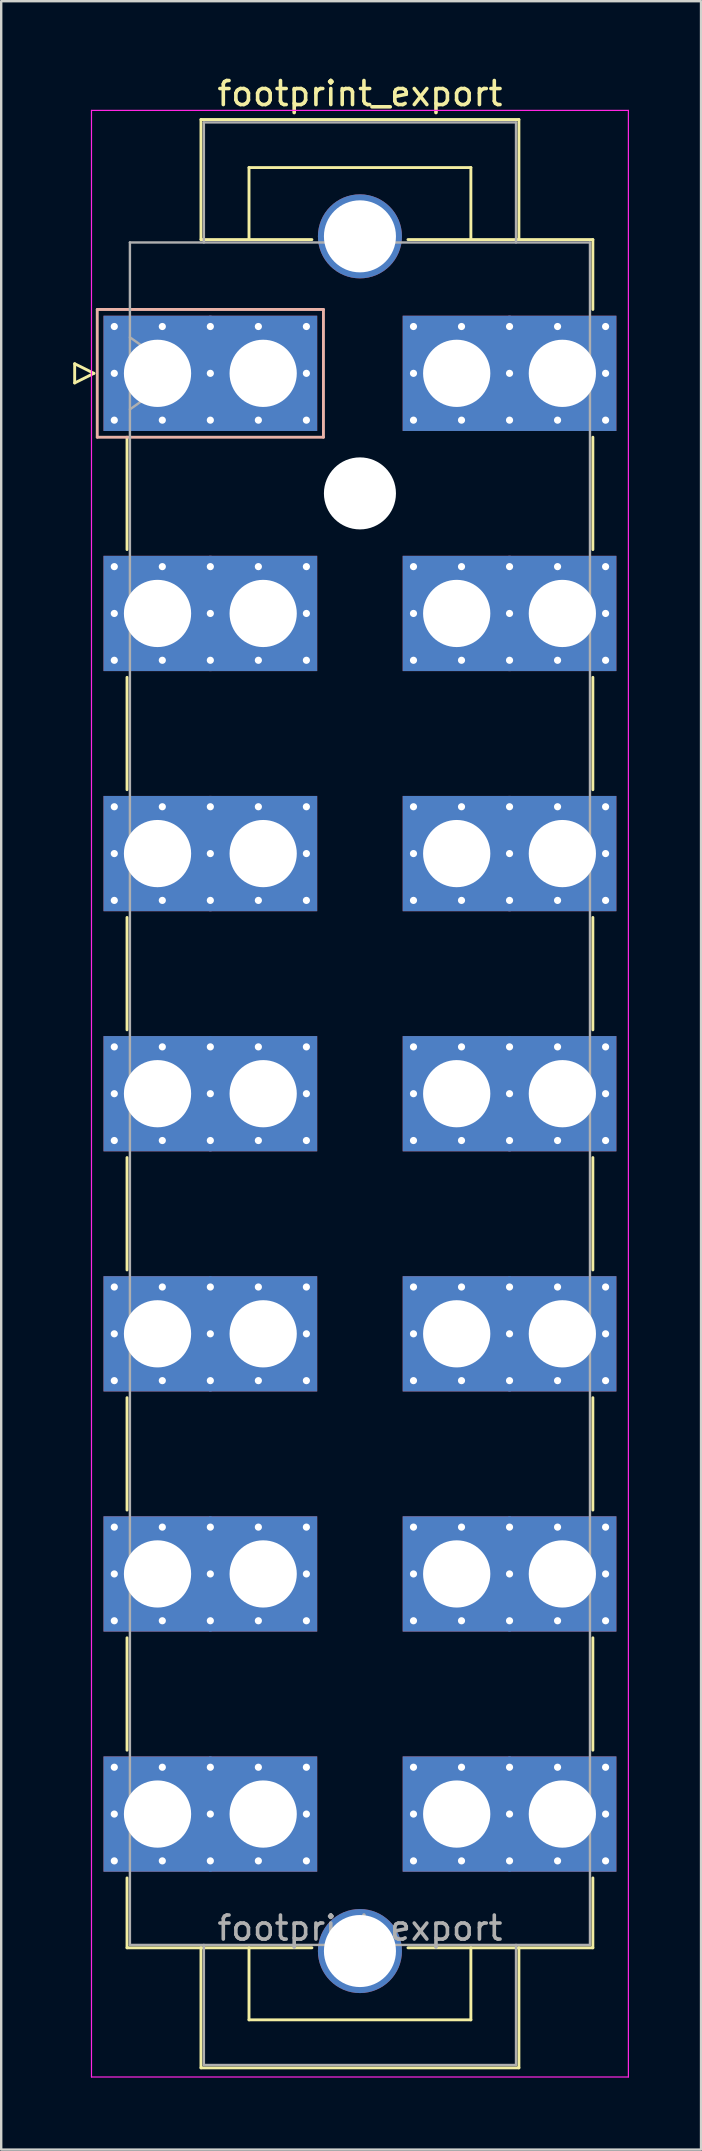
<source format=kicad_pcb>
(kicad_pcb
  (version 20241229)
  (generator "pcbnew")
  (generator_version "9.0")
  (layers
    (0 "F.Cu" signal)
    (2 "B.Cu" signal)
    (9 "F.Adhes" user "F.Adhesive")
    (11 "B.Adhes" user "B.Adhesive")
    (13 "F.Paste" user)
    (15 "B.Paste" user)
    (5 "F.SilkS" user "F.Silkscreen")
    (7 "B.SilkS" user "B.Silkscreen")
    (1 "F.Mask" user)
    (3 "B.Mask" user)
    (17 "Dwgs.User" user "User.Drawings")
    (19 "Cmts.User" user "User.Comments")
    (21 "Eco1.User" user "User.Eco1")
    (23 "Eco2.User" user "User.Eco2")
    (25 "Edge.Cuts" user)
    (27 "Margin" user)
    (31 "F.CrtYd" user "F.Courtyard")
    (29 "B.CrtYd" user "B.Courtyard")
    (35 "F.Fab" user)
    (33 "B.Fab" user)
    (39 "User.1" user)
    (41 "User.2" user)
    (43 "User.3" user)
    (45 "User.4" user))
  (footprint "footprint_export"
    (layer "F.Cu")
    (at 3.51 12.498)
    (property "Reference" "footprint_export" (at 8.43 -11.65 0) (layer "F.SilkS") (effects (font (size 1 1) (thickness 0.15))))
    (attr through_hole)
    (fp_line (start -3.45 -0.4) (end -3.45 0.4) (stroke (width 0.12) (type solid)) (layer "F.SilkS"))
    (fp_line (start -3.45 0.4) (end -2.65 0) (stroke (width 0.12) (type solid)) (layer "F.SilkS"))
    (fp_line (start -2.65 0) (end -3.45 -0.4) (stroke (width 0.12) (type solid)) (layer "F.SilkS"))
    (fp_line (start -1.27 2.66) (end -1.27 7.34) (stroke (width 0.12) (type solid)) (layer "F.SilkS"))
    (fp_line (start -1.27 12.66) (end -1.27 17.34) (stroke (width 0.12) (type solid)) (layer "F.SilkS"))
    (fp_line (start -1.27 22.66) (end -1.27 27.34) (stroke (width 0.12) (type solid)) (layer "F.SilkS"))
    (fp_line (start -1.27 32.66) (end -1.27 37.34) (stroke (width 0.12) (type solid)) (layer "F.SilkS"))
    (fp_line (start -1.27 42.66) (end -1.27 47.34) (stroke (width 0.12) (type solid)) (layer "F.SilkS"))
    (fp_line (start -1.27 52.66) (end -1.27 57.34) (stroke (width 0.12) (type solid)) (layer "F.SilkS"))
    (fp_line (start -1.27 62.66) (end -1.27 65.57) (stroke (width 0.12) (type solid)) (layer "F.SilkS"))
    (fp_line (start -1.27 65.57) (end 6.43 65.57) (stroke (width 0.12) (type solid)) (layer "F.SilkS"))
    (fp_line (start 1.81 -10.57) (end 15.05 -10.57) (stroke (width 0.12) (type solid)) (layer "F.SilkS"))
    (fp_line (start 1.81 -5.57) (end 1.81 -10.57) (stroke (width 0.12) (type solid)) (layer "F.SilkS"))
    (fp_line (start 1.81 65.57) (end 1.81 70.57) (stroke (width 0.12) (type solid)) (layer "F.SilkS"))
    (fp_line (start 1.81 70.57) (end 15.05 70.57) (stroke (width 0.12) (type solid)) (layer "F.SilkS"))
    (fp_line (start 3.81 -8.57) (end 13.05 -8.57) (stroke (width 0.12) (type solid)) (layer "F.SilkS"))
    (fp_line (start 3.81 -5.57) (end 3.81 -8.57) (stroke (width 0.12) (type solid)) (layer "F.SilkS"))
    (fp_line (start 3.81 65.57) (end 3.81 68.57) (stroke (width 0.12) (type solid)) (layer "F.SilkS"))
    (fp_line (start 3.81 68.57) (end 13.05 68.57) (stroke (width 0.12) (type solid)) (layer "F.SilkS"))
    (fp_line (start 6.43 -5.57) (end 1.81 -5.57) (stroke (width 0.12) (type solid)) (layer "F.SilkS"))
    (fp_line (start 13.05 -8.57) (end 13.05 -5.57) (stroke (width 0.12) (type solid)) (layer "F.SilkS"))
    (fp_line (start 13.05 68.57) (end 13.05 65.57) (stroke (width 0.12) (type solid)) (layer "F.SilkS"))
    (fp_line (start 15.05 -10.57) (end 15.05 -5.57) (stroke (width 0.12) (type solid)) (layer "F.SilkS"))
    (fp_line (start 15.05 70.57) (end 15.05 65.57) (stroke (width 0.12) (type solid)) (layer "F.SilkS"))
    (fp_line (start 18.13 -5.57) (end 10.43 -5.57) (stroke (width 0.12) (type solid)) (layer "F.SilkS"))
    (fp_line (start 18.13 -2.66) (end 18.13 -5.57) (stroke (width 0.12) (type solid)) (layer "F.SilkS"))
    (fp_line (start 18.13 2.66) (end 18.13 7.34) (stroke (width 0.12) (type solid)) (layer "F.SilkS"))
    (fp_line (start 18.13 12.66) (end 18.13 17.34) (stroke (width 0.12) (type solid)) (layer "F.SilkS"))
    (fp_line (start 18.13 22.66) (end 18.13 27.34) (stroke (width 0.12) (type solid)) (layer "F.SilkS"))
    (fp_line (start 18.13 32.66) (end 18.13 37.34) (stroke (width 0.12) (type solid)) (layer "F.SilkS"))
    (fp_line (start 18.13 42.66) (end 18.13 47.34) (stroke (width 0.12) (type solid)) (layer "F.SilkS"))
    (fp_line (start 18.13 52.66) (end 18.13 57.34) (stroke (width 0.12) (type solid)) (layer "F.SilkS"))
    (fp_line (start 18.13 62.66) (end 18.13 65.57) (stroke (width 0.12) (type solid)) (layer "F.SilkS"))
    (fp_line (start 18.13 65.57) (end 10.43 65.57) (stroke (width 0.12) (type solid)) (layer "F.SilkS"))
    (fp_line (start -2.51 -2.66) (end -2.51 2.66) (stroke (width 0.12) (type solid)) (layer "B.SilkS"))
    (fp_line (start -2.51 2.66) (end 6.91 2.66) (stroke (width 0.12) (type solid)) (layer "B.SilkS"))
    (fp_line (start 6.91 -2.66) (end -2.51 -2.66) (stroke (width 0.12) (type solid)) (layer "B.SilkS"))
    (fp_line (start 6.91 2.66) (end 6.91 -2.66) (stroke (width 0.12) (type solid)) (layer "B.SilkS"))
    (fp_line (start -2.75 -10.95) (end -2.75 70.95) (stroke (width 0.05) (type solid)) (layer "F.CrtYd"))
    (fp_line (start -2.75 70.95) (end 19.61 70.95) (stroke (width 0.05) (type solid)) (layer "F.CrtYd"))
    (fp_line (start 19.61 -10.95) (end -2.75 -10.95) (stroke (width 0.05) (type solid)) (layer "F.CrtYd"))
    (fp_line (start 19.61 70.95) (end 19.61 -10.95) (stroke (width 0.05) (type solid)) (layer "F.CrtYd"))
    (fp_line (start -1.15 -5.45) (end -1.15 65.45) (stroke (width 0.1) (type solid)) (layer "F.Fab"))
    (fp_line (start -1.15 -1.5) (end 0.971 0) (stroke (width 0.1) (type solid)) (layer "F.Fab"))
    (fp_line (start -1.15 65.45) (end 18.01 65.45) (stroke (width 0.1) (type solid)) (layer "F.Fab"))
    (fp_line (start 0.971 0) (end -1.15 1.5) (stroke (width 0.1) (type solid)) (layer "F.Fab"))
    (fp_line (start 1.93 -10.45) (end 14.93 -10.45) (stroke (width 0.1) (type solid)) (layer "F.Fab"))
    (fp_line (start 1.93 -5.45) (end 1.93 -10.45) (stroke (width 0.1) (type solid)) (layer "F.Fab"))
    (fp_line (start 1.93 65.45) (end 1.93 70.45) (stroke (width 0.1) (type solid)) (layer "F.Fab"))
    (fp_line (start 1.93 70.45) (end 14.93 70.45) (stroke (width 0.1) (type solid)) (layer "F.Fab"))
    (fp_line (start 14.93 -10.45) (end 14.93 -5.45) (stroke (width 0.1) (type solid)) (layer "F.Fab"))
    (fp_line (start 14.93 70.45) (end 14.93 65.45) (stroke (width 0.1) (type solid)) (layer "F.Fab"))
    (fp_line (start 18.01 -5.45) (end -1.15 -5.45) (stroke (width 0.1) (type solid)) (layer "F.Fab"))
    (fp_line (start 18.01 65.45) (end 18.01 -5.45) (stroke (width 0.1) (type solid)) (layer "F.Fab"))
    (fp_text user "${REFERENCE}" (at 8.43 64.75 0) (layer "F.Fab") (effects (font (size 1 1) (thickness 0.15))))
    (pad "" thru_hole circle (at 8.43 -5.705) (size 3.5 3.5) (drill 3) (layers "*.Cu" "*.Mask"))
    (pad "" np_thru_hole circle (at 8.43 5) (size 3 3) (drill 3) (layers "*.Cu" "*.Mask"))
    (pad "" thru_hole circle (at 8.43 65.705) (size 3.5 3.5) (drill 3) (layers "*.Cu" "*.Mask"))
    (pad "1" thru_hole roundrect (at -1.8 -1.95) (size 0.6 0.6) (drill 0.3) (layers "*.Cu" "*.Mask") (roundrect_rratio 0.25))
    (pad "1" thru_hole roundrect (at -1.8 0) (size 0.6 0.6) (drill 0.3) (layers "*.Cu" "*.Mask") (roundrect_rratio 0.25))
    (pad "1" thru_hole roundrect (at -1.8 1.95) (size 0.6 0.6) (drill 0.3) (layers "*.Cu" "*.Mask") (roundrect_rratio 0.25))
    (pad "1" thru_hole rect (at 0 0) (size 4.5 4.8) (drill 2.8) (layers "*.Cu" "*.Mask"))
    (pad "1" thru_hole roundrect (at 0.2 -1.95) (size 0.6 0.6) (drill 0.3) (layers "*.Cu" "*.Mask") (roundrect_rratio 0.25))
    (pad "1" thru_hole roundrect (at 0.2 1.95) (size 0.6 0.6) (drill 0.3) (layers "*.Cu" "*.Mask") (roundrect_rratio 0.25))
    (pad "1" thru_hole roundrect (at 2.2 -1.95) (size 0.6 0.6) (drill 0.3) (layers "*.Cu" "*.Mask") (roundrect_rratio 0.25))
    (pad "1" thru_hole roundrect (at 2.2 0) (size 0.6 0.6) (drill 0.3) (layers "*.Cu" "*.Mask") (roundrect_rratio 0.25))
    (pad "1" thru_hole roundrect (at 2.2 1.95) (size 0.6 0.6) (drill 0.3) (layers "*.Cu" "*.Mask") (roundrect_rratio 0.25))
    (pad "1" thru_hole roundrect (at 4.2 -1.95) (size 0.6 0.6) (drill 0.3) (layers "*.Cu" "*.Mask") (roundrect_rratio 0.25))
    (pad "1" thru_hole roundrect (at 4.2 1.95) (size 0.6 0.6) (drill 0.3) (layers "*.Cu" "*.Mask") (roundrect_rratio 0.25))
    (pad "1" thru_hole rect (at 4.4 0) (size 4.5 4.8) (drill 2.8) (layers "*.Cu" "*.Mask"))
    (pad "1" thru_hole roundrect (at 6.2 -1.95) (size 0.6 0.6) (drill 0.3) (layers "*.Cu" "*.Mask") (roundrect_rratio 0.25))
    (pad "1" thru_hole roundrect (at 6.2 0) (size 0.6 0.6) (drill 0.3) (layers "*.Cu" "*.Mask") (roundrect_rratio 0.25))
    (pad "1" thru_hole roundrect (at 6.2 1.95) (size 0.6 0.6) (drill 0.3) (layers "*.Cu" "*.Mask") (roundrect_rratio 0.25))
    (pad "2" thru_hole circle (at -1.8 8.05) (size 0.6 0.6) (drill 0.3) (layers "*.Cu" "*.Mask"))
    (pad "2" thru_hole circle (at -1.8 10) (size 0.6 0.6) (drill 0.3) (layers "*.Cu" "*.Mask"))
    (pad "2" thru_hole circle (at -1.8 11.95) (size 0.6 0.6) (drill 0.3) (layers "*.Cu" "*.Mask"))
    (pad "2" thru_hole rect (at 0 10) (size 4.5 4.8) (drill 2.8) (layers "*.Cu" "*.Mask"))
    (pad "2" thru_hole circle (at 0.2 8.05) (size 0.6 0.6) (drill 0.3) (layers "*.Cu" "*.Mask"))
    (pad "2" thru_hole circle (at 0.2 11.95) (size 0.6 0.6) (drill 0.3) (layers "*.Cu" "*.Mask"))
    (pad "2" thru_hole circle (at 2.2 8.05) (size 0.6 0.6) (drill 0.3) (layers "*.Cu" "*.Mask"))
    (pad "2" thru_hole circle (at 2.2 10) (size 0.6 0.6) (drill 0.3) (layers "*.Cu" "*.Mask"))
    (pad "2" thru_hole circle (at 2.2 11.95) (size 0.6 0.6) (drill 0.3) (layers "*.Cu" "*.Mask"))
    (pad "2" thru_hole circle (at 4.2 8.05) (size 0.6 0.6) (drill 0.3) (layers "*.Cu" "*.Mask"))
    (pad "2" thru_hole circle (at 4.2 11.95) (size 0.6 0.6) (drill 0.3) (layers "*.Cu" "*.Mask"))
    (pad "2" thru_hole rect (at 4.4 10) (size 4.5 4.8) (drill 2.8) (layers "*.Cu" "*.Mask"))
    (pad "2" thru_hole circle (at 6.2 8.05) (size 0.6 0.6) (drill 0.3) (layers "*.Cu" "*.Mask"))
    (pad "2" thru_hole circle (at 6.2 10) (size 0.6 0.6) (drill 0.3) (layers "*.Cu" "*.Mask"))
    (pad "2" thru_hole circle (at 6.2 11.95) (size 0.6 0.6) (drill 0.3) (layers "*.Cu" "*.Mask"))
    (pad "3" thru_hole circle (at -1.8 18.05) (size 0.6 0.6) (drill 0.3) (layers "*.Cu" "*.Mask"))
    (pad "3" thru_hole circle (at -1.8 20) (size 0.6 0.6) (drill 0.3) (layers "*.Cu" "*.Mask"))
    (pad "3" thru_hole circle (at -1.8 21.95) (size 0.6 0.6) (drill 0.3) (layers "*.Cu" "*.Mask"))
    (pad "3" thru_hole rect (at 0 20) (size 4.5 4.8) (drill 2.8) (layers "*.Cu" "*.Mask"))
    (pad "3" thru_hole circle (at 0.2 18.05) (size 0.6 0.6) (drill 0.3) (layers "*.Cu" "*.Mask"))
    (pad "3" thru_hole circle (at 0.2 21.95) (size 0.6 0.6) (drill 0.3) (layers "*.Cu" "*.Mask"))
    (pad "3" thru_hole circle (at 2.2 18.05) (size 0.6 0.6) (drill 0.3) (layers "*.Cu" "*.Mask"))
    (pad "3" thru_hole circle (at 2.2 20) (size 0.6 0.6) (drill 0.3) (layers "*.Cu" "*.Mask"))
    (pad "3" thru_hole circle (at 2.2 21.95) (size 0.6 0.6) (drill 0.3) (layers "*.Cu" "*.Mask"))
    (pad "3" thru_hole circle (at 4.2 18.05) (size 0.6 0.6) (drill 0.3) (layers "*.Cu" "*.Mask"))
    (pad "3" thru_hole circle (at 4.2 21.95) (size 0.6 0.6) (drill 0.3) (layers "*.Cu" "*.Mask"))
    (pad "3" thru_hole rect (at 4.4 20) (size 4.5 4.8) (drill 2.8) (layers "*.Cu" "*.Mask"))
    (pad "3" thru_hole circle (at 6.2 18.05) (size 0.6 0.6) (drill 0.3) (layers "*.Cu" "*.Mask"))
    (pad "3" thru_hole circle (at 6.2 20) (size 0.6 0.6) (drill 0.3) (layers "*.Cu" "*.Mask"))
    (pad "3" thru_hole circle (at 6.2 21.95) (size 0.6 0.6) (drill 0.3) (layers "*.Cu" "*.Mask"))
    (pad "4" thru_hole circle (at -1.8 28.05) (size 0.6 0.6) (drill 0.3) (layers "*.Cu" "*.Mask"))
    (pad "4" thru_hole circle (at -1.8 30) (size 0.6 0.6) (drill 0.3) (layers "*.Cu" "*.Mask"))
    (pad "4" thru_hole circle (at -1.8 31.95) (size 0.6 0.6) (drill 0.3) (layers "*.Cu" "*.Mask"))
    (pad "4" thru_hole rect (at 0 30) (size 4.5 4.8) (drill 2.8) (layers "*.Cu" "*.Mask"))
    (pad "4" thru_hole circle (at 0.2 28.05) (size 0.6 0.6) (drill 0.3) (layers "*.Cu" "*.Mask"))
    (pad "4" thru_hole circle (at 0.2 31.95) (size 0.6 0.6) (drill 0.3) (layers "*.Cu" "*.Mask"))
    (pad "4" thru_hole circle (at 2.2 28.05) (size 0.6 0.6) (drill 0.3) (layers "*.Cu" "*.Mask"))
    (pad "4" thru_hole circle (at 2.2 30) (size 0.6 0.6) (drill 0.3) (layers "*.Cu" "*.Mask"))
    (pad "4" thru_hole circle (at 2.2 31.95) (size 0.6 0.6) (drill 0.3) (layers "*.Cu" "*.Mask"))
    (pad "4" thru_hole circle (at 4.2 28.05) (size 0.6 0.6) (drill 0.3) (layers "*.Cu" "*.Mask"))
    (pad "4" thru_hole circle (at 4.2 31.95) (size 0.6 0.6) (drill 0.3) (layers "*.Cu" "*.Mask"))
    (pad "4" thru_hole rect (at 4.4 30) (size 4.5 4.8) (drill 2.8) (layers "*.Cu" "*.Mask"))
    (pad "4" thru_hole circle (at 6.2 28.05) (size 0.6 0.6) (drill 0.3) (layers "*.Cu" "*.Mask"))
    (pad "4" thru_hole circle (at 6.2 30) (size 0.6 0.6) (drill 0.3) (layers "*.Cu" "*.Mask"))
    (pad "4" thru_hole circle (at 6.2 31.95) (size 0.6 0.6) (drill 0.3) (layers "*.Cu" "*.Mask"))
    (pad "5" thru_hole circle (at -1.8 38.05) (size 0.6 0.6) (drill 0.3) (layers "*.Cu" "*.Mask"))
    (pad "5" thru_hole circle (at -1.8 40) (size 0.6 0.6) (drill 0.3) (layers "*.Cu" "*.Mask"))
    (pad "5" thru_hole circle (at -1.8 41.95) (size 0.6 0.6) (drill 0.3) (layers "*.Cu" "*.Mask"))
    (pad "5" thru_hole rect (at 0 40) (size 4.5 4.8) (drill 2.8) (layers "*.Cu" "*.Mask"))
    (pad "5" thru_hole circle (at 0.2 38.05) (size 0.6 0.6) (drill 0.3) (layers "*.Cu" "*.Mask"))
    (pad "5" thru_hole circle (at 0.2 41.95) (size 0.6 0.6) (drill 0.3) (layers "*.Cu" "*.Mask"))
    (pad "5" thru_hole circle (at 2.2 38.05) (size 0.6 0.6) (drill 0.3) (layers "*.Cu" "*.Mask"))
    (pad "5" thru_hole circle (at 2.2 40) (size 0.6 0.6) (drill 0.3) (layers "*.Cu" "*.Mask"))
    (pad "5" thru_hole circle (at 2.2 41.95) (size 0.6 0.6) (drill 0.3) (layers "*.Cu" "*.Mask"))
    (pad "5" thru_hole circle (at 4.2 38.05) (size 0.6 0.6) (drill 0.3) (layers "*.Cu" "*.Mask"))
    (pad "5" thru_hole circle (at 4.2 41.95) (size 0.6 0.6) (drill 0.3) (layers "*.Cu" "*.Mask"))
    (pad "5" thru_hole rect (at 4.4 40) (size 4.5 4.8) (drill 2.8) (layers "*.Cu" "*.Mask"))
    (pad "5" thru_hole circle (at 6.2 38.05) (size 0.6 0.6) (drill 0.3) (layers "*.Cu" "*.Mask"))
    (pad "5" thru_hole circle (at 6.2 40) (size 0.6 0.6) (drill 0.3) (layers "*.Cu" "*.Mask"))
    (pad "5" thru_hole circle (at 6.2 41.95) (size 0.6 0.6) (drill 0.3) (layers "*.Cu" "*.Mask"))
    (pad "6" thru_hole circle (at -1.8 48.05) (size 0.6 0.6) (drill 0.3) (layers "*.Cu" "*.Mask"))
    (pad "6" thru_hole circle (at -1.8 50) (size 0.6 0.6) (drill 0.3) (layers "*.Cu" "*.Mask"))
    (pad "6" thru_hole circle (at -1.8 51.95) (size 0.6 0.6) (drill 0.3) (layers "*.Cu" "*.Mask"))
    (pad "6" thru_hole rect (at 0 50) (size 4.5 4.8) (drill 2.8) (layers "*.Cu" "*.Mask"))
    (pad "6" thru_hole circle (at 0.2 48.05) (size 0.6 0.6) (drill 0.3) (layers "*.Cu" "*.Mask"))
    (pad "6" thru_hole circle (at 0.2 51.95) (size 0.6 0.6) (drill 0.3) (layers "*.Cu" "*.Mask"))
    (pad "6" thru_hole circle (at 2.2 48.05) (size 0.6 0.6) (drill 0.3) (layers "*.Cu" "*.Mask"))
    (pad "6" thru_hole circle (at 2.2 50) (size 0.6 0.6) (drill 0.3) (layers "*.Cu" "*.Mask"))
    (pad "6" thru_hole circle (at 2.2 51.95) (size 0.6 0.6) (drill 0.3) (layers "*.Cu" "*.Mask"))
    (pad "6" thru_hole circle (at 4.2 48.05) (size 0.6 0.6) (drill 0.3) (layers "*.Cu" "*.Mask"))
    (pad "6" thru_hole circle (at 4.2 51.95) (size 0.6 0.6) (drill 0.3) (layers "*.Cu" "*.Mask"))
    (pad "6" thru_hole rect (at 4.4 50) (size 4.5 4.8) (drill 2.8) (layers "*.Cu" "*.Mask"))
    (pad "6" thru_hole circle (at 6.2 48.05) (size 0.6 0.6) (drill 0.3) (layers "*.Cu" "*.Mask"))
    (pad "6" thru_hole circle (at 6.2 50) (size 0.6 0.6) (drill 0.3) (layers "*.Cu" "*.Mask"))
    (pad "6" thru_hole circle (at 6.2 51.95) (size 0.6 0.6) (drill 0.3) (layers "*.Cu" "*.Mask"))
    (pad "7" thru_hole circle (at -1.8 58.05) (size 0.6 0.6) (drill 0.3) (layers "*.Cu" "*.Mask"))
    (pad "7" thru_hole circle (at -1.8 60) (size 0.6 0.6) (drill 0.3) (layers "*.Cu" "*.Mask"))
    (pad "7" thru_hole circle (at -1.8 61.95) (size 0.6 0.6) (drill 0.3) (layers "*.Cu" "*.Mask"))
    (pad "7" thru_hole rect (at 0 60) (size 4.5 4.8) (drill 2.8) (layers "*.Cu" "*.Mask"))
    (pad "7" thru_hole circle (at 0.2 58.05) (size 0.6 0.6) (drill 0.3) (layers "*.Cu" "*.Mask"))
    (pad "7" thru_hole circle (at 0.2 61.95) (size 0.6 0.6) (drill 0.3) (layers "*.Cu" "*.Mask"))
    (pad "7" thru_hole circle (at 2.2 58.05) (size 0.6 0.6) (drill 0.3) (layers "*.Cu" "*.Mask"))
    (pad "7" thru_hole circle (at 2.2 60) (size 0.6 0.6) (drill 0.3) (layers "*.Cu" "*.Mask"))
    (pad "7" thru_hole circle (at 2.2 61.95) (size 0.6 0.6) (drill 0.3) (layers "*.Cu" "*.Mask"))
    (pad "7" thru_hole circle (at 4.2 58.05) (size 0.6 0.6) (drill 0.3) (layers "*.Cu" "*.Mask"))
    (pad "7" thru_hole circle (at 4.2 61.95) (size 0.6 0.6) (drill 0.3) (layers "*.Cu" "*.Mask"))
    (pad "7" thru_hole rect (at 4.4 60) (size 4.5 4.8) (drill 2.8) (layers "*.Cu" "*.Mask"))
    (pad "7" thru_hole circle (at 6.2 58.05) (size 0.6 0.6) (drill 0.3) (layers "*.Cu" "*.Mask"))
    (pad "7" thru_hole circle (at 6.2 60) (size 0.6 0.6) (drill 0.3) (layers "*.Cu" "*.Mask"))
    (pad "7" thru_hole circle (at 6.2 61.95) (size 0.6 0.6) (drill 0.3) (layers "*.Cu" "*.Mask"))
    (pad "8" thru_hole circle (at 10.66 -1.95) (size 0.6 0.6) (drill 0.3) (layers "*.Cu" "*.Mask"))
    (pad "8" thru_hole circle (at 10.66 0) (size 0.6 0.6) (drill 0.3) (layers "*.Cu" "*.Mask"))
    (pad "8" thru_hole circle (at 10.66 1.95) (size 0.6 0.6) (drill 0.3) (layers "*.Cu" "*.Mask"))
    (pad "8" thru_hole rect (at 12.46 0) (size 4.5 4.8) (drill 2.8) (layers "*.Cu" "*.Mask"))
    (pad "8" thru_hole circle (at 12.66 -1.95) (size 0.6 0.6) (drill 0.3) (layers "*.Cu" "*.Mask"))
    (pad "8" thru_hole circle (at 12.66 1.95) (size 0.6 0.6) (drill 0.3) (layers "*.Cu" "*.Mask"))
    (pad "8" thru_hole circle (at 14.66 -1.95) (size 0.6 0.6) (drill 0.3) (layers "*.Cu" "*.Mask"))
    (pad "8" thru_hole circle (at 14.66 0) (size 0.6 0.6) (drill 0.3) (layers "*.Cu" "*.Mask"))
    (pad "8" thru_hole circle (at 14.66 1.95) (size 0.6 0.6) (drill 0.3) (layers "*.Cu" "*.Mask"))
    (pad "8" thru_hole circle (at 16.66 -1.95) (size 0.6 0.6) (drill 0.3) (layers "*.Cu" "*.Mask"))
    (pad "8" thru_hole circle (at 16.66 1.95) (size 0.6 0.6) (drill 0.3) (layers "*.Cu" "*.Mask"))
    (pad "8" thru_hole rect (at 16.86 0) (size 4.5 4.8) (drill 2.8) (layers "*.Cu" "*.Mask"))
    (pad "8" thru_hole circle (at 18.66 -1.95) (size 0.6 0.6) (drill 0.3) (layers "*.Cu" "*.Mask"))
    (pad "8" thru_hole circle (at 18.66 0) (size 0.6 0.6) (drill 0.3) (layers "*.Cu" "*.Mask"))
    (pad "8" thru_hole circle (at 18.66 1.95) (size 0.6 0.6) (drill 0.3) (layers "*.Cu" "*.Mask"))
    (pad "9" thru_hole circle (at 10.66 8.05) (size 0.6 0.6) (drill 0.3) (layers "*.Cu" "*.Mask"))
    (pad "9" thru_hole circle (at 10.66 10) (size 0.6 0.6) (drill 0.3) (layers "*.Cu" "*.Mask"))
    (pad "9" thru_hole circle (at 10.66 11.95) (size 0.6 0.6) (drill 0.3) (layers "*.Cu" "*.Mask"))
    (pad "9" thru_hole rect (at 12.46 10) (size 4.5 4.8) (drill 2.8) (layers "*.Cu" "*.Mask"))
    (pad "9" thru_hole circle (at 12.66 8.05) (size 0.6 0.6) (drill 0.3) (layers "*.Cu" "*.Mask"))
    (pad "9" thru_hole circle (at 12.66 11.95) (size 0.6 0.6) (drill 0.3) (layers "*.Cu" "*.Mask"))
    (pad "9" thru_hole circle (at 14.66 8.05) (size 0.6 0.6) (drill 0.3) (layers "*.Cu" "*.Mask"))
    (pad "9" thru_hole circle (at 14.66 10) (size 0.6 0.6) (drill 0.3) (layers "*.Cu" "*.Mask"))
    (pad "9" thru_hole circle (at 14.66 11.95) (size 0.6 0.6) (drill 0.3) (layers "*.Cu" "*.Mask"))
    (pad "9" thru_hole circle (at 16.66 8.05) (size 0.6 0.6) (drill 0.3) (layers "*.Cu" "*.Mask"))
    (pad "9" thru_hole circle (at 16.66 11.95) (size 0.6 0.6) (drill 0.3) (layers "*.Cu" "*.Mask"))
    (pad "9" thru_hole rect (at 16.86 10) (size 4.5 4.8) (drill 2.8) (layers "*.Cu" "*.Mask"))
    (pad "9" thru_hole circle (at 18.66 8.05) (size 0.6 0.6) (drill 0.3) (layers "*.Cu" "*.Mask"))
    (pad "9" thru_hole circle (at 18.66 10) (size 0.6 0.6) (drill 0.3) (layers "*.Cu" "*.Mask"))
    (pad "9" thru_hole circle (at 18.66 11.95) (size 0.6 0.6) (drill 0.3) (layers "*.Cu" "*.Mask"))
    (pad "10" thru_hole circle (at 10.66 18.05) (size 0.6 0.6) (drill 0.3) (layers "*.Cu" "*.Mask"))
    (pad "10" thru_hole circle (at 10.66 20) (size 0.6 0.6) (drill 0.3) (layers "*.Cu" "*.Mask"))
    (pad "10" thru_hole circle (at 10.66 21.95) (size 0.6 0.6) (drill 0.3) (layers "*.Cu" "*.Mask"))
    (pad "10" thru_hole rect (at 12.46 20) (size 4.5 4.8) (drill 2.8) (layers "*.Cu" "*.Mask"))
    (pad "10" thru_hole circle (at 12.66 18.05) (size 0.6 0.6) (drill 0.3) (layers "*.Cu" "*.Mask"))
    (pad "10" thru_hole circle (at 12.66 21.95) (size 0.6 0.6) (drill 0.3) (layers "*.Cu" "*.Mask"))
    (pad "10" thru_hole circle (at 14.66 18.05) (size 0.6 0.6) (drill 0.3) (layers "*.Cu" "*.Mask"))
    (pad "10" thru_hole circle (at 14.66 20) (size 0.6 0.6) (drill 0.3) (layers "*.Cu" "*.Mask"))
    (pad "10" thru_hole circle (at 14.66 21.95) (size 0.6 0.6) (drill 0.3) (layers "*.Cu" "*.Mask"))
    (pad "10" thru_hole circle (at 16.66 18.05) (size 0.6 0.6) (drill 0.3) (layers "*.Cu" "*.Mask"))
    (pad "10" thru_hole circle (at 16.66 21.95) (size 0.6 0.6) (drill 0.3) (layers "*.Cu" "*.Mask"))
    (pad "10" thru_hole rect (at 16.86 20) (size 4.5 4.8) (drill 2.8) (layers "*.Cu" "*.Mask"))
    (pad "10" thru_hole circle (at 18.66 18.05) (size 0.6 0.6) (drill 0.3) (layers "*.Cu" "*.Mask"))
    (pad "10" thru_hole circle (at 18.66 20) (size 0.6 0.6) (drill 0.3) (layers "*.Cu" "*.Mask"))
    (pad "10" thru_hole circle (at 18.66 21.95) (size 0.6 0.6) (drill 0.3) (layers "*.Cu" "*.Mask"))
    (pad "11" thru_hole circle (at 10.66 28.05) (size 0.6 0.6) (drill 0.3) (layers "*.Cu" "*.Mask"))
    (pad "11" thru_hole circle (at 10.66 30) (size 0.6 0.6) (drill 0.3) (layers "*.Cu" "*.Mask"))
    (pad "11" thru_hole circle (at 10.66 31.95) (size 0.6 0.6) (drill 0.3) (layers "*.Cu" "*.Mask"))
    (pad "11" thru_hole rect (at 12.46 30) (size 4.5 4.8) (drill 2.8) (layers "*.Cu" "*.Mask"))
    (pad "11" thru_hole circle (at 12.66 28.05) (size 0.6 0.6) (drill 0.3) (layers "*.Cu" "*.Mask"))
    (pad "11" thru_hole circle (at 12.66 31.95) (size 0.6 0.6) (drill 0.3) (layers "*.Cu" "*.Mask"))
    (pad "11" thru_hole circle (at 14.66 28.05) (size 0.6 0.6) (drill 0.3) (layers "*.Cu" "*.Mask"))
    (pad "11" thru_hole circle (at 14.66 30) (size 0.6 0.6) (drill 0.3) (layers "*.Cu" "*.Mask"))
    (pad "11" thru_hole circle (at 14.66 31.95) (size 0.6 0.6) (drill 0.3) (layers "*.Cu" "*.Mask"))
    (pad "11" thru_hole circle (at 16.66 28.05) (size 0.6 0.6) (drill 0.3) (layers "*.Cu" "*.Mask"))
    (pad "11" thru_hole circle (at 16.66 31.95) (size 0.6 0.6) (drill 0.3) (layers "*.Cu" "*.Mask"))
    (pad "11" thru_hole rect (at 16.86 30) (size 4.5 4.8) (drill 2.8) (layers "*.Cu" "*.Mask"))
    (pad "11" thru_hole circle (at 18.66 28.05) (size 0.6 0.6) (drill 0.3) (layers "*.Cu" "*.Mask"))
    (pad "11" thru_hole circle (at 18.66 30) (size 0.6 0.6) (drill 0.3) (layers "*.Cu" "*.Mask"))
    (pad "11" thru_hole circle (at 18.66 31.95) (size 0.6 0.6) (drill 0.3) (layers "*.Cu" "*.Mask"))
    (pad "12" thru_hole circle (at 10.66 38.05) (size 0.6 0.6) (drill 0.3) (layers "*.Cu" "*.Mask"))
    (pad "12" thru_hole circle (at 10.66 40) (size 0.6 0.6) (drill 0.3) (layers "*.Cu" "*.Mask"))
    (pad "12" thru_hole circle (at 10.66 41.95) (size 0.6 0.6) (drill 0.3) (layers "*.Cu" "*.Mask"))
    (pad "12" thru_hole rect (at 12.46 40) (size 4.5 4.8) (drill 2.8) (layers "*.Cu" "*.Mask"))
    (pad "12" thru_hole circle (at 12.66 38.05) (size 0.6 0.6) (drill 0.3) (layers "*.Cu" "*.Mask"))
    (pad "12" thru_hole circle (at 12.66 41.95) (size 0.6 0.6) (drill 0.3) (layers "*.Cu" "*.Mask"))
    (pad "12" thru_hole circle (at 14.66 38.05) (size 0.6 0.6) (drill 0.3) (layers "*.Cu" "*.Mask"))
    (pad "12" thru_hole circle (at 14.66 40) (size 0.6 0.6) (drill 0.3) (layers "*.Cu" "*.Mask"))
    (pad "12" thru_hole circle (at 14.66 41.95) (size 0.6 0.6) (drill 0.3) (layers "*.Cu" "*.Mask"))
    (pad "12" thru_hole circle (at 16.66 38.05) (size 0.6 0.6) (drill 0.3) (layers "*.Cu" "*.Mask"))
    (pad "12" thru_hole circle (at 16.66 41.95) (size 0.6 0.6) (drill 0.3) (layers "*.Cu" "*.Mask"))
    (pad "12" thru_hole rect (at 16.86 40) (size 4.5 4.8) (drill 2.8) (layers "*.Cu" "*.Mask"))
    (pad "12" thru_hole circle (at 18.66 38.05) (size 0.6 0.6) (drill 0.3) (layers "*.Cu" "*.Mask"))
    (pad "12" thru_hole circle (at 18.66 40) (size 0.6 0.6) (drill 0.3) (layers "*.Cu" "*.Mask"))
    (pad "12" thru_hole circle (at 18.66 41.95) (size 0.6 0.6) (drill 0.3) (layers "*.Cu" "*.Mask"))
    (pad "13" thru_hole circle (at 10.66 48.05) (size 0.6 0.6) (drill 0.3) (layers "*.Cu" "*.Mask"))
    (pad "13" thru_hole circle (at 10.66 50) (size 0.6 0.6) (drill 0.3) (layers "*.Cu" "*.Mask"))
    (pad "13" thru_hole circle (at 10.66 51.95) (size 0.6 0.6) (drill 0.3) (layers "*.Cu" "*.Mask"))
    (pad "13" thru_hole rect (at 12.46 50) (size 4.5 4.8) (drill 2.8) (layers "*.Cu" "*.Mask"))
    (pad "13" thru_hole circle (at 12.66 48.05) (size 0.6 0.6) (drill 0.3) (layers "*.Cu" "*.Mask"))
    (pad "13" thru_hole circle (at 12.66 51.95) (size 0.6 0.6) (drill 0.3) (layers "*.Cu" "*.Mask"))
    (pad "13" thru_hole circle (at 14.66 48.05) (size 0.6 0.6) (drill 0.3) (layers "*.Cu" "*.Mask"))
    (pad "13" thru_hole circle (at 14.66 50) (size 0.6 0.6) (drill 0.3) (layers "*.Cu" "*.Mask"))
    (pad "13" thru_hole circle (at 14.66 51.95) (size 0.6 0.6) (drill 0.3) (layers "*.Cu" "*.Mask"))
    (pad "13" thru_hole circle (at 16.66 48.05) (size 0.6 0.6) (drill 0.3) (layers "*.Cu" "*.Mask"))
    (pad "13" thru_hole circle (at 16.66 51.95) (size 0.6 0.6) (drill 0.3) (layers "*.Cu" "*.Mask"))
    (pad "13" thru_hole rect (at 16.86 50) (size 4.5 4.8) (drill 2.8) (layers "*.Cu" "*.Mask"))
    (pad "13" thru_hole circle (at 18.66 48.05) (size 0.6 0.6) (drill 0.3) (layers "*.Cu" "*.Mask"))
    (pad "13" thru_hole circle (at 18.66 50) (size 0.6 0.6) (drill 0.3) (layers "*.Cu" "*.Mask"))
    (pad "13" thru_hole circle (at 18.66 51.95) (size 0.6 0.6) (drill 0.3) (layers "*.Cu" "*.Mask"))
    (pad "14" thru_hole circle (at 10.66 58.05) (size 0.6 0.6) (drill 0.3) (layers "*.Cu" "*.Mask"))
    (pad "14" thru_hole circle (at 10.66 60) (size 0.6 0.6) (drill 0.3) (layers "*.Cu" "*.Mask"))
    (pad "14" thru_hole circle (at 10.66 61.95) (size 0.6 0.6) (drill 0.3) (layers "*.Cu" "*.Mask"))
    (pad "14" thru_hole rect (at 12.46 60) (size 4.5 4.8) (drill 2.8) (layers "*.Cu" "*.Mask"))
    (pad "14" thru_hole circle (at 12.66 58.05) (size 0.6 0.6) (drill 0.3) (layers "*.Cu" "*.Mask"))
    (pad "14" thru_hole circle (at 12.66 61.95) (size 0.6 0.6) (drill 0.3) (layers "*.Cu" "*.Mask"))
    (pad "14" thru_hole circle (at 14.66 58.05) (size 0.6 0.6) (drill 0.3) (layers "*.Cu" "*.Mask"))
    (pad "14" thru_hole circle (at 14.66 60) (size 0.6 0.6) (drill 0.3) (layers "*.Cu" "*.Mask"))
    (pad "14" thru_hole circle (at 14.66 61.95) (size 0.6 0.6) (drill 0.3) (layers "*.Cu" "*.Mask"))
    (pad "14" thru_hole circle (at 16.66 58.05) (size 0.6 0.6) (drill 0.3) (layers "*.Cu" "*.Mask"))
    (pad "14" thru_hole circle (at 16.66 61.95) (size 0.6 0.6) (drill 0.3) (layers "*.Cu" "*.Mask"))
    (pad "14" thru_hole rect (at 16.86 60) (size 4.5 4.8) (drill 2.8) (layers "*.Cu" "*.Mask"))
    (pad "14" thru_hole circle (at 18.66 58.05) (size 0.6 0.6) (drill 0.3) (layers "*.Cu" "*.Mask"))
    (pad "14" thru_hole circle (at 18.66 60) (size 0.6 0.6) (drill 0.3) (layers "*.Cu" "*.Mask"))
    (pad "14" thru_hole circle (at 18.66 61.95) (size 0.6 0.6) (drill 0.3) (layers "*.Cu" "*.Mask")))
  (gr_rect
    (start -3 -3)
    (end 26.145 86.473)
    (stroke (width 0.1) (type default))
    (fill no)
    (layer "Edge.Cuts")))
</source>
